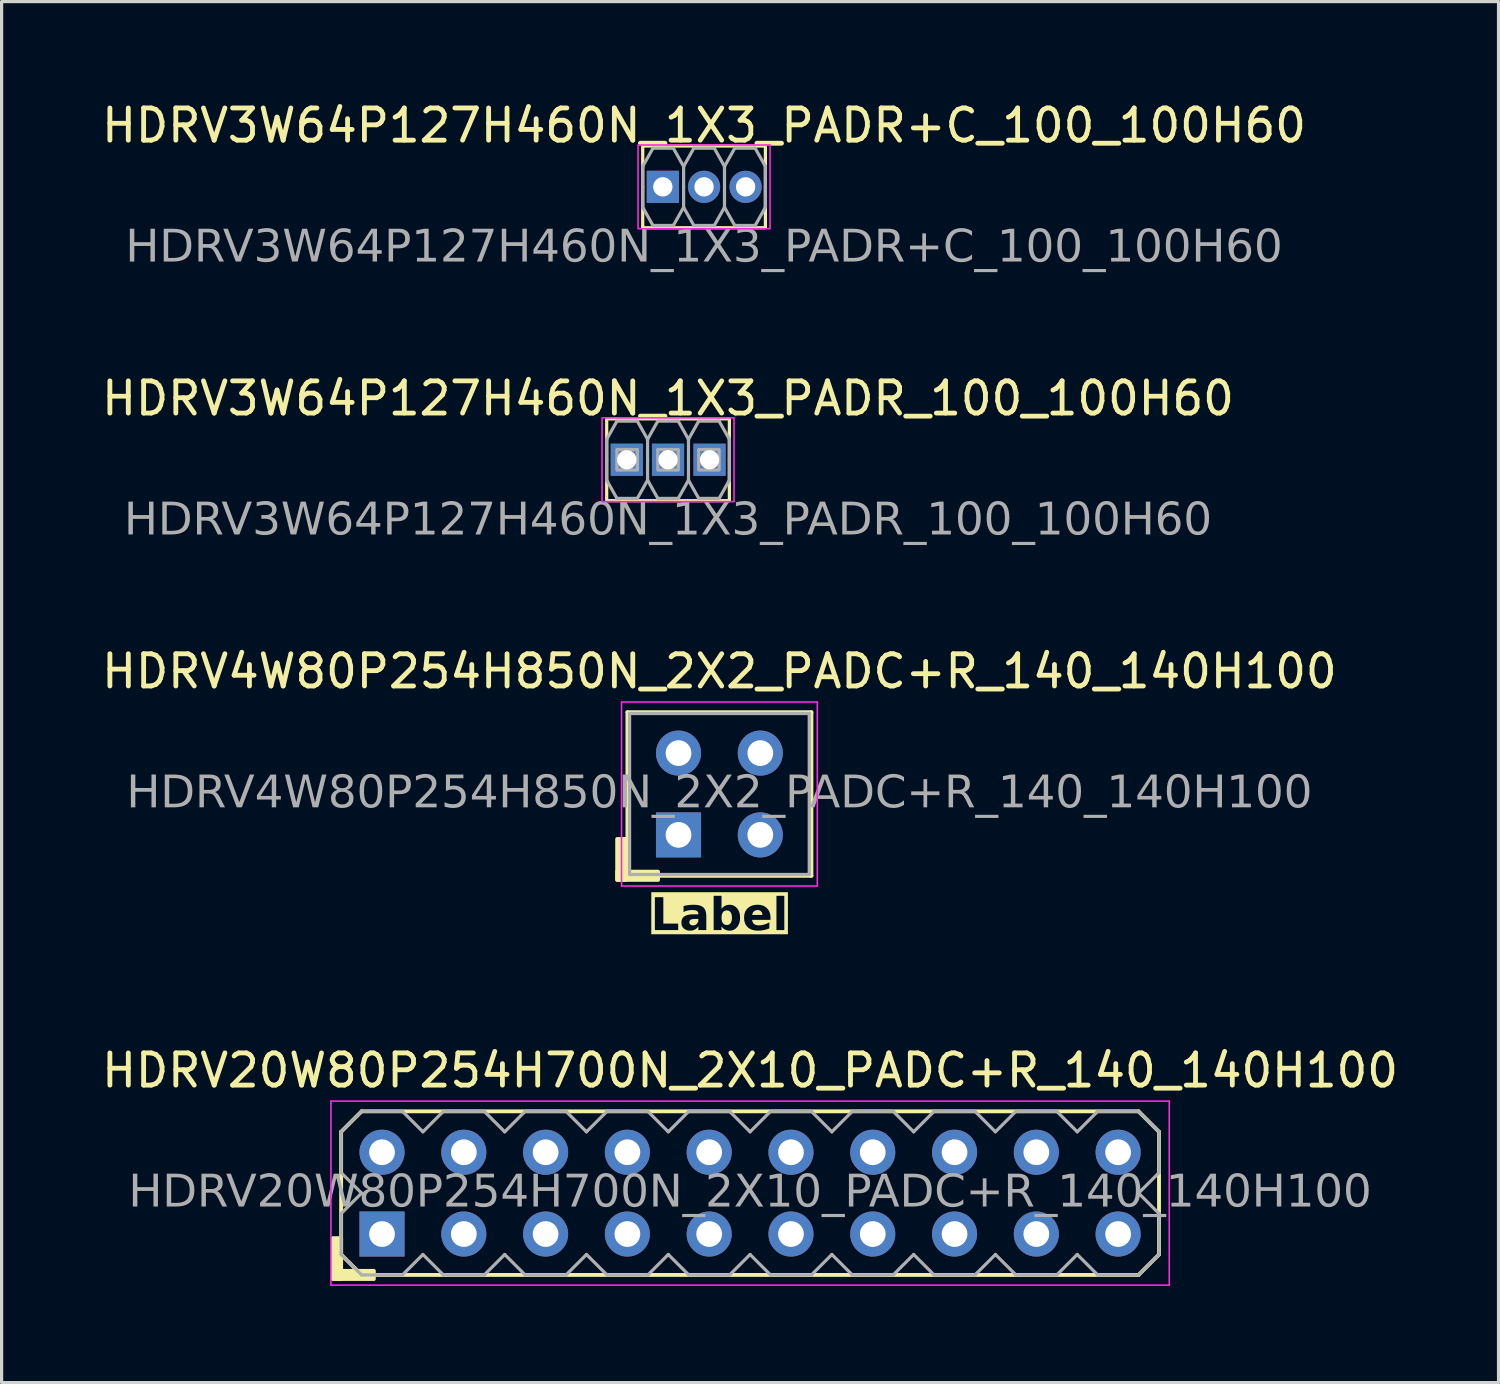
<source format=kicad_pcb>
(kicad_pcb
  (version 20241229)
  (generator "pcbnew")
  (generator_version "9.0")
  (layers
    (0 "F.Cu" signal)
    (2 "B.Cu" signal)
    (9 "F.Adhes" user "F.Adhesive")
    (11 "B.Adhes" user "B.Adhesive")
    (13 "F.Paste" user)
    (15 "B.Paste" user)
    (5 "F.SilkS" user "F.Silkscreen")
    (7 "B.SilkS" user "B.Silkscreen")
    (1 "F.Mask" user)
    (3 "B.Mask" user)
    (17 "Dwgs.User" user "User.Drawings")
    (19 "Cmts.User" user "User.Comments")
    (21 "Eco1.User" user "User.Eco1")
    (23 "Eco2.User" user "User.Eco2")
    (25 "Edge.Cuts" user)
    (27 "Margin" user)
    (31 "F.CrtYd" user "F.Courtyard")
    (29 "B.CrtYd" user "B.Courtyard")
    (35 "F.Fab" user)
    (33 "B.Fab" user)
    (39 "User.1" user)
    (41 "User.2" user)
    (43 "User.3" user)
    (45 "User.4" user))
  (footprint "HDRV3W64P127H460N_1X3_PADR_100_100H60"
    (layer "F.Cu")
    (at 17.696 11.228)
    (property "Reference" "HDRV3W64P127H460N_1X3_PADR_100_100H60" (at 0 -1.905 0) (layer "F.SilkS") (effects (font (size 1 1) (thickness 0.15))))
    (property "Label" "" (at 0 1.905 0) (layer "F.SilkS" knockout) (effects (font (face "Tahoma") (size 1 1) (thickness 0.2) (bold yes))))
    (attr through_hole)
    (fp_rect (start -1.905 -1.27) (end 1.905 1.27) (stroke (width 0.1) (type default)) (fill no) (layer "F.SilkS"))
    (fp_rect (start -2.05 -1.3) (end 2.05 1.3) (stroke (width 0.05) (type default)) (fill no) (layer "F.CrtYd"))
    (fp_line (start -1.905 -0.635) (end -1.905 -0.000001) (stroke (width 0.1) (type default)) (layer "F.Fab"))
    (fp_line (start -1.905 -0.000001) (end -1.905 0.635) (stroke (width 0.1) (type default)) (layer "F.Fab"))
    (fp_line (start -1.587 -1.2) (end -1.905 -0.635) (stroke (width 0.1) (type default)) (layer "F.Fab"))
    (fp_line (start -1.587 1.2) (end -1.905 0.635) (stroke (width 0.1) (type default)) (layer "F.Fab"))
    (fp_line (start -0.953 -1.2) (end -1.587 -1.2) (stroke (width 0.1) (type default)) (layer "F.Fab"))
    (fp_line (start -0.953 -1.2) (end -0.635 -0.635) (stroke (width 0.1) (type default)) (layer "F.Fab"))
    (fp_line (start -0.953 1.2) (end -1.587 1.2) (stroke (width 0.1) (type default)) (layer "F.Fab"))
    (fp_line (start -0.953 1.2) (end -0.635 0.635) (stroke (width 0.1) (type default)) (layer "F.Fab"))
    (fp_line (start -0.635 -0.635) (end -0.635 0) (stroke (width 0.1) (type default)) (layer "F.Fab"))
    (fp_line (start -0.635 0) (end -0.635 0.635) (stroke (width 0.1) (type default)) (layer "F.Fab"))
    (fp_line (start -0.318 -1.2) (end -0.635 -0.635) (stroke (width 0.1) (type default)) (layer "F.Fab"))
    (fp_line (start -0.317 1.2) (end -0.635 0.635) (stroke (width 0.1) (type default)) (layer "F.Fab"))
    (fp_line (start 0.318 -1.2) (end -0.318 -1.2) (stroke (width 0.1) (type default)) (layer "F.Fab"))
    (fp_line (start 0.318 -1.2) (end 0.635 -0.635) (stroke (width 0.1) (type default)) (layer "F.Fab"))
    (fp_line (start 0.318 1.2) (end -0.317 1.2) (stroke (width 0.1) (type default)) (layer "F.Fab"))
    (fp_line (start 0.318 1.2) (end 0.635 0.635) (stroke (width 0.1) (type default)) (layer "F.Fab"))
    (fp_line (start 0.635 0) (end 0.635 -0.635) (stroke (width 0.1) (type default)) (layer "F.Fab"))
    (fp_line (start 0.635 0.635) (end 0.635 0) (stroke (width 0.1) (type default)) (layer "F.Fab"))
    (fp_line (start 0.953 -1.2) (end 0.635 -0.635) (stroke (width 0.1) (type default)) (layer "F.Fab"))
    (fp_line (start 0.953 1.2) (end 0.635 0.635) (stroke (width 0.1) (type default)) (layer "F.Fab"))
    (fp_line (start 1.587 -1.2) (end 0.953 -1.2) (stroke (width 0.1) (type default)) (layer "F.Fab"))
    (fp_line (start 1.587 -1.2) (end 1.905 -0.635) (stroke (width 0.1) (type default)) (layer "F.Fab"))
    (fp_line (start 1.588 1.2) (end 0.953 1.2) (stroke (width 0.1) (type default)) (layer "F.Fab"))
    (fp_line (start 1.588 1.2) (end 1.905 0.635) (stroke (width 0.1) (type default)) (layer "F.Fab"))
    (fp_line (start 1.905 0) (end 1.905 -0.635) (stroke (width 0.1) (type default)) (layer "F.Fab"))
    (fp_line (start 1.905 0.635) (end 1.905 0) (stroke (width 0.1) (type default)) (layer "F.Fab"))
    (fp_rect (start -1.587 -0.318) (end -0.953 0.318) (stroke (width 0.1) (type default)) (fill no) (layer "F.Fab"))
    (fp_rect (start -0.318 -0.318) (end 0.318 0.318) (stroke (width 0.1) (type default)) (fill no) (layer "F.Fab"))
    (fp_rect (start 0.953 -0.318) (end 1.587 0.318) (stroke (width 0.1) (type default)) (fill no) (layer "F.Fab"))
    (fp_text user "${REFERENCE}" (at 0 1.905 0) (layer "F.Fab") (effects (font (face "Tahoma") (size 1 1) (thickness 0.15))))
    (pad "1" thru_hole rect (at -1.28 0.000001 90) (size 1 1) (drill 0.6) (layers "*.Cu" "*.Mask"))
    (pad "2" thru_hole rect (at 0 0 90) (size 1 1) (drill 0.6) (layers "*.Cu" "*.Mask"))
    (pad "3" thru_hole rect (at 1.29 0 90) (size 1 1) (drill 0.6) (layers "*.Cu" "*.Mask")))
  (footprint "HDRV20W80P254H700N_2X10_PADC+R_140_140H100"
    (layer "F.Cu")
    (at 20.244 34.004)
    (property "Reference" "HDRV20W80P254H700N_2X10_PADC+R_140_140H100" (at 0 -3.81 0) (layer "F.SilkS") (effects (font (size 1 1) (thickness 0.15))))
    (attr through_hole)
    (fp_line (start -12.7 -1.905) (end -12.7 1.905) (stroke (width 0.12) (type solid)) (layer "F.SilkS"))
    (fp_line (start -12.7 -1.905) (end -12.065 -2.54) (stroke (width 0.12) (type solid)) (layer "F.SilkS"))
    (fp_line (start -12.7 1.905) (end -12.065 2.54) (stroke (width 0.12) (type solid)) (layer "F.SilkS"))
    (fp_line (start -12.065 2.54) (end 12.065 2.54) (stroke (width 0.12) (type solid)) (layer "F.SilkS"))
    (fp_line (start 12.065 -2.54) (end -12.065 -2.54) (stroke (width 0.12) (type solid)) (layer "F.SilkS"))
    (fp_line (start 12.7 -1.905) (end 12.065 -2.54) (stroke (width 0.12) (type solid)) (layer "F.SilkS"))
    (fp_line (start 12.7 1.905) (end 12.065 2.54) (stroke (width 0.12) (type solid)) (layer "F.SilkS"))
    (fp_line (start 12.7 1.905) (end 12.7 -1.905) (stroke (width 0.12) (type solid)) (layer "F.SilkS"))
    (fp_rect (start -12.7 1.397) (end -12.954 2.667) (stroke (width 0.12) (type solid)) (fill yes) (layer "F.SilkS"))
    (fp_rect (start -11.684 2.667) (end -12.954 2.413) (stroke (width 0.12) (type solid)) (fill yes) (layer "F.SilkS"))
    (fp_line (start -13.018 2.857) (end -13.018 -2.857) (stroke (width 0.05) (type solid)) (layer "F.CrtYd"))
    (fp_line (start 13.018 -2.857) (end -13.018 -2.857) (stroke (width 0.05) (type solid)) (layer "F.CrtYd"))
    (fp_line (start 13.018 2.857) (end -13.018 2.857) (stroke (width 0.05) (type solid)) (layer "F.CrtYd"))
    (fp_line (start 13.018 2.857) (end 13.018 -2.857) (stroke (width 0.05) (type solid)) (layer "F.CrtYd"))
    (fp_line (start -12.7 -1.905) (end -12.7 -0.635) (stroke (width 0.1) (type default)) (layer "F.Fab"))
    (fp_line (start -12.7 -0.635) (end -12.065 0) (stroke (width 0.1) (type default)) (layer "F.Fab"))
    (fp_line (start -12.7 0.635) (end -12.7 1.905) (stroke (width 0.1) (type default)) (layer "F.Fab"))
    (fp_line (start -12.7 1.905) (end -12.065 2.54) (stroke (width 0.1) (type default)) (layer "F.Fab"))
    (fp_line (start -12.065 -2.54) (end -12.7 -1.905) (stroke (width 0.1) (type default)) (layer "F.Fab"))
    (fp_line (start -12.065 0) (end -12.7 0.635) (stroke (width 0.1) (type default)) (layer "F.Fab"))
    (fp_line (start -12.065 2.54) (end -10.795 2.54) (stroke (width 0.1) (type default)) (layer "F.Fab"))
    (fp_line (start -10.795 -2.54) (end -12.065 -2.54) (stroke (width 0.1) (type default)) (layer "F.Fab"))
    (fp_line (start -10.795 2.54) (end -10.16 1.905) (stroke (width 0.1) (type default)) (layer "F.Fab"))
    (fp_line (start -10.16 -1.905) (end -10.795 -2.54) (stroke (width 0.1) (type default)) (layer "F.Fab"))
    (fp_line (start -10.16 1.905) (end -9.525 2.54) (stroke (width 0.1) (type default)) (layer "F.Fab"))
    (fp_line (start -9.525 -2.54) (end -10.16 -1.905) (stroke (width 0.1) (type default)) (layer "F.Fab"))
    (fp_line (start -9.525 2.54) (end -8.255 2.54) (stroke (width 0.1) (type default)) (layer "F.Fab"))
    (fp_line (start -8.255 -2.54) (end -9.525 -2.54) (stroke (width 0.1) (type default)) (layer "F.Fab"))
    (fp_line (start -8.255 2.54) (end -7.62 1.905) (stroke (width 0.1) (type default)) (layer "F.Fab"))
    (fp_line (start -7.62 -1.905) (end -8.255 -2.54) (stroke (width 0.1) (type default)) (layer "F.Fab"))
    (fp_line (start -7.62 1.905) (end -6.985 2.54) (stroke (width 0.1) (type default)) (layer "F.Fab"))
    (fp_line (start -6.985 -2.54) (end -7.62 -1.905) (stroke (width 0.1) (type default)) (layer "F.Fab"))
    (fp_line (start -6.985 2.54) (end -5.715 2.54) (stroke (width 0.1) (type default)) (layer "F.Fab"))
    (fp_line (start -5.715 -2.54) (end -6.985 -2.54) (stroke (width 0.1) (type default)) (layer "F.Fab"))
    (fp_line (start -5.715 2.54) (end -5.08 1.905) (stroke (width 0.1) (type default)) (layer "F.Fab"))
    (fp_line (start -5.08 -1.905) (end -5.715 -2.54) (stroke (width 0.1) (type default)) (layer "F.Fab"))
    (fp_line (start -5.08 1.905) (end -4.445 2.54) (stroke (width 0.1) (type default)) (layer "F.Fab"))
    (fp_line (start -4.445 -2.54) (end -5.08 -1.905) (stroke (width 0.1) (type default)) (layer "F.Fab"))
    (fp_line (start -4.445 2.54) (end -3.175 2.54) (stroke (width 0.1) (type default)) (layer "F.Fab"))
    (fp_line (start -3.175 -2.54) (end -4.445 -2.54) (stroke (width 0.1) (type default)) (layer "F.Fab"))
    (fp_line (start -3.175 2.54) (end -2.54 1.905) (stroke (width 0.1) (type default)) (layer "F.Fab"))
    (fp_line (start -2.54 -1.905) (end -3.175 -2.54) (stroke (width 0.1) (type default)) (layer "F.Fab"))
    (fp_line (start -2.54 1.905) (end -1.905 2.54) (stroke (width 0.1) (type default)) (layer "F.Fab"))
    (fp_line (start -1.905 -2.54) (end -2.54 -1.905) (stroke (width 0.1) (type default)) (layer "F.Fab"))
    (fp_line (start -1.905 2.54) (end -0.635 2.54) (stroke (width 0.1) (type default)) (layer "F.Fab"))
    (fp_line (start -0.635 -2.54) (end -1.905 -2.54) (stroke (width 0.1) (type default)) (layer "F.Fab"))
    (fp_line (start -0.635 2.54) (end 0 1.905) (stroke (width 0.1) (type default)) (layer "F.Fab"))
    (fp_line (start 0 -1.905) (end -0.635 -2.54) (stroke (width 0.1) (type default)) (layer "F.Fab"))
    (fp_line (start 0 1.905) (end 0.635 2.54) (stroke (width 0.1) (type default)) (layer "F.Fab"))
    (fp_line (start 0.635 -2.54) (end 0 -1.905) (stroke (width 0.1) (type default)) (layer "F.Fab"))
    (fp_line (start 0.635 2.54) (end 1.905 2.54) (stroke (width 0.1) (type default)) (layer "F.Fab"))
    (fp_line (start 1.905 -2.54) (end 0.635 -2.54) (stroke (width 0.1) (type default)) (layer "F.Fab"))
    (fp_line (start 1.905 2.54) (end 2.54 1.905) (stroke (width 0.1) (type default)) (layer "F.Fab"))
    (fp_line (start 2.54 -1.905) (end 1.905 -2.54) (stroke (width 0.1) (type default)) (layer "F.Fab"))
    (fp_line (start 2.54 1.905) (end 3.175 2.54) (stroke (width 0.1) (type default)) (layer "F.Fab"))
    (fp_line (start 3.175 -2.54) (end 2.54 -1.905) (stroke (width 0.1) (type default)) (layer "F.Fab"))
    (fp_line (start 3.175 2.54) (end 4.445 2.54) (stroke (width 0.1) (type default)) (layer "F.Fab"))
    (fp_line (start 4.445 -2.54) (end 3.175 -2.54) (stroke (width 0.1) (type default)) (layer "F.Fab"))
    (fp_line (start 4.445 2.54) (end 5.08 1.905) (stroke (width 0.1) (type default)) (layer "F.Fab"))
    (fp_line (start 5.08 -1.905) (end 4.445 -2.54) (stroke (width 0.1) (type default)) (layer "F.Fab"))
    (fp_line (start 5.08 1.905) (end 5.715 2.54) (stroke (width 0.1) (type default)) (layer "F.Fab"))
    (fp_line (start 5.715 -2.54) (end 5.08 -1.905) (stroke (width 0.1) (type default)) (layer "F.Fab"))
    (fp_line (start 5.715 2.54) (end 6.985 2.54) (stroke (width 0.1) (type default)) (layer "F.Fab"))
    (fp_line (start 6.985 -2.54) (end 5.715 -2.54) (stroke (width 0.1) (type default)) (layer "F.Fab"))
    (fp_line (start 6.985 2.54) (end 7.62 1.905) (stroke (width 0.1) (type default)) (layer "F.Fab"))
    (fp_line (start 7.62 -1.905) (end 6.985 -2.54) (stroke (width 0.1) (type default)) (layer "F.Fab"))
    (fp_line (start 7.62 1.905) (end 8.255 2.54) (stroke (width 0.1) (type default)) (layer "F.Fab"))
    (fp_line (start 8.255 -2.54) (end 7.62 -1.905) (stroke (width 0.1) (type default)) (layer "F.Fab"))
    (fp_line (start 8.255 2.54) (end 9.525 2.54) (stroke (width 0.1) (type default)) (layer "F.Fab"))
    (fp_line (start 9.525 -2.54) (end 8.255 -2.54) (stroke (width 0.1) (type default)) (layer "F.Fab"))
    (fp_line (start 9.525 2.54) (end 10.16 1.905) (stroke (width 0.1) (type default)) (layer "F.Fab"))
    (fp_line (start 10.16 -1.905) (end 9.525 -2.54) (stroke (width 0.1) (type default)) (layer "F.Fab"))
    (fp_line (start 10.16 1.905) (end 10.795 2.54) (stroke (width 0.1) (type default)) (layer "F.Fab"))
    (fp_line (start 10.795 -2.54) (end 10.16 -1.905) (stroke (width 0.1) (type default)) (layer "F.Fab"))
    (fp_line (start 10.795 2.54) (end 12.065 2.54) (stroke (width 0.1) (type default)) (layer "F.Fab"))
    (fp_line (start 12.065 -2.54) (end 10.795 -2.54) (stroke (width 0.1) (type default)) (layer "F.Fab"))
    (fp_line (start 12.065 0) (end 12.7 -0.635) (stroke (width 0.1) (type default)) (layer "F.Fab"))
    (fp_line (start 12.065 2.54) (end 12.7 1.905) (stroke (width 0.1) (type default)) (layer "F.Fab"))
    (fp_line (start 12.7 -1.905) (end 12.065 -2.54) (stroke (width 0.1) (type default)) (layer "F.Fab"))
    (fp_line (start 12.7 -0.635) (end 12.7 -1.905) (stroke (width 0.1) (type default)) (layer "F.Fab"))
    (fp_line (start 12.7 0.635) (end 12.065 0) (stroke (width 0.1) (type default)) (layer "F.Fab"))
    (fp_line (start 12.7 1.905) (end 12.7 0.635) (stroke (width 0.1) (type default)) (layer "F.Fab"))
    (fp_text user "${REFERENCE}" (at 0 0 0) (layer "F.Fab") (effects (font (face "Tahoma") (size 1 1) (thickness 0.15))))
    (pad "1" thru_hole rect (at -11.43 1.27) (size 1.4 1.4) (drill 0.8) (layers "*.Cu" "*.Mask"))
    (pad "2" thru_hole circle (at -11.43 -1.27) (size 1.4 1.4) (drill 0.8) (layers "*.Cu" "*.Mask"))
    (pad "3" thru_hole circle (at -8.89 1.27) (size 1.4 1.4) (drill 0.8) (layers "*.Cu" "*.Mask"))
    (pad "4" thru_hole circle (at -8.89 -1.27) (size 1.4 1.4) (drill 0.8) (layers "*.Cu" "*.Mask"))
    (pad "5" thru_hole circle (at -6.35 1.27) (size 1.4 1.4) (drill 0.8) (layers "*.Cu" "*.Mask"))
    (pad "6" thru_hole circle (at -6.35 -1.27) (size 1.4 1.4) (drill 0.8) (layers "*.Cu" "*.Mask"))
    (pad "7" thru_hole circle (at -3.81 1.27) (size 1.4 1.4) (drill 0.8) (layers "*.Cu" "*.Mask"))
    (pad "8" thru_hole circle (at -3.81 -1.27) (size 1.4 1.4) (drill 0.8) (layers "*.Cu" "*.Mask"))
    (pad "9" thru_hole circle (at -1.27 1.27) (size 1.4 1.4) (drill 0.8) (layers "*.Cu" "*.Mask"))
    (pad "10" thru_hole circle (at -1.27 -1.27) (size 1.4 1.4) (drill 0.8) (layers "*.Cu" "*.Mask"))
    (pad "11" thru_hole circle (at 1.27 1.27) (size 1.4 1.4) (drill 0.8) (layers "*.Cu" "*.Mask"))
    (pad "12" thru_hole circle (at 1.27 -1.27) (size 1.4 1.4) (drill 0.8) (layers "*.Cu" "*.Mask"))
    (pad "13" thru_hole circle (at 3.81 1.27) (size 1.4 1.4) (drill 0.8) (layers "*.Cu" "*.Mask"))
    (pad "14" thru_hole circle (at 3.81 -1.27) (size 1.4 1.4) (drill 0.8) (layers "*.Cu" "*.Mask"))
    (pad "15" thru_hole circle (at 6.35 1.27) (size 1.4 1.4) (drill 0.8) (layers "*.Cu" "*.Mask"))
    (pad "16" thru_hole circle (at 6.35 -1.27) (size 1.4 1.4) (drill 0.8) (layers "*.Cu" "*.Mask"))
    (pad "17" thru_hole circle (at 8.89 1.27) (size 1.4 1.4) (drill 0.8) (layers "*.Cu" "*.Mask"))
    (pad "18" thru_hole circle (at 8.89 -1.27) (size 1.4 1.4) (drill 0.8) (layers "*.Cu" "*.Mask"))
    (pad "19" thru_hole circle (at 11.43 1.27) (size 1.4 1.4) (drill 0.8) (layers "*.Cu" "*.Mask"))
    (pad "20" thru_hole circle (at 11.43 -1.27) (size 1.4 1.4) (drill 0.8) (layers "*.Cu" "*.Mask")))
  (footprint "HDRV4W80P254H850N_2X2_PADC+R_140_140H100"
    (layer "F.Cu")
    (at 19.292 21.608)
    (property "Reference" "HDRV4W80P254H850N_2X2_PADC+R_140_140H100" (at 0 -3.81 0) (layer "F.SilkS") (effects (font (size 1 1) (thickness 0.15))))
    (property "Label" "Label" (at 0 3.81 0) (layer "F.SilkS" knockout) (effects (font (face "Tahoma") (size 1 1) (thickness 0.2) (bold yes))))
    (attr through_hole)
    (fp_line (start -2.857 -2.54) (end -2.857 2.54) (stroke (width 0.12) (type solid)) (layer "F.SilkS"))
    (fp_line (start -2.857 2.54) (end 2.857 2.54) (stroke (width 0.12) (type solid)) (layer "F.SilkS"))
    (fp_line (start 2.857 -2.54) (end -2.857 -2.54) (stroke (width 0.12) (type solid)) (layer "F.SilkS"))
    (fp_line (start 2.857 2.54) (end 2.857 -2.54) (stroke (width 0.12) (type solid)) (layer "F.SilkS"))
    (fp_rect (start -2.921 1.397) (end -3.175 2.667) (stroke (width 0.12) (type solid)) (fill yes) (layer "F.SilkS"))
    (fp_rect (start -1.905 2.667) (end -3.175 2.413) (stroke (width 0.12) (type solid)) (fill yes) (layer "F.SilkS"))
    (fp_line (start -3.04 2.857) (end -3.04 -2.857) (stroke (width 0.05) (type solid)) (layer "F.CrtYd"))
    (fp_line (start 3.04 -2.857) (end -3.04 -2.857) (stroke (width 0.05) (type solid)) (layer "F.CrtYd"))
    (fp_line (start 3.04 2.857) (end -3.04 2.857) (stroke (width 0.05) (type solid)) (layer "F.CrtYd"))
    (fp_line (start 3.04 2.857) (end 3.04 -2.857) (stroke (width 0.05) (type solid)) (layer "F.CrtYd"))
    (fp_line (start -2.79 -2.5) (end -2.79 2.5) (stroke (width 0.1) (type default)) (layer "F.Fab"))
    (fp_line (start -2.79 2.5) (end 2.79 2.5) (stroke (width 0.1) (type default)) (layer "F.Fab"))
    (fp_line (start 2.79 -2.5) (end -2.79 -2.5) (stroke (width 0.1) (type default)) (layer "F.Fab"))
    (fp_line (start 2.79 2.5) (end 2.79 -2.5) (stroke (width 0.1) (type default)) (layer "F.Fab"))
    (fp_text user "${REFERENCE}" (at 0 0 0) (layer "F.Fab") (effects (font (face "Tahoma") (size 1 1) (thickness 0.15))))
    (pad "1" thru_hole rect (at -1.27 1.27) (size 1.4 1.4) (drill 0.8) (layers "*.Cu" "*.Mask"))
    (pad "2" thru_hole circle (at -1.27 -1.27) (size 1.4 1.4) (drill 0.8) (layers "*.Cu" "*.Mask"))
    (pad "3" thru_hole circle (at 1.27 1.27) (size 1.4 1.4) (drill 0.8) (layers "*.Cu" "*.Mask"))
    (pad "4" thru_hole circle (at 1.27 -1.27) (size 1.4 1.4) (drill 0.8) (layers "*.Cu" "*.Mask")))
  (footprint "HDRV3W64P127H460N_1X3_PADR+C_100_100H60"
    (layer "F.Cu")
    (at 18.815 2.753)
    (property "Reference" "HDRV3W64P127H460N_1X3_PADR+C_100_100H60" (at 0 -1.905 0) (layer "F.SilkS") (effects (font (size 1 1) (thickness 0.15))))
    (property "Label" "" (at 0 1.905 0) (layer "F.SilkS" knockout) (effects (font (face "Tahoma") (size 1 1) (thickness 0.2) (bold yes))))
    (attr through_hole)
    (fp_rect (start -1.905 -1.27) (end 1.905 1.27) (stroke (width 0.1) (type default)) (fill no) (layer "F.SilkS"))
    (fp_rect (start -2.05 -1.3) (end 2.05 1.3) (stroke (width 0.05) (type default)) (fill no) (layer "F.CrtYd"))
    (fp_line (start -1.905 -0.635) (end -1.905 -0.000001) (stroke (width 0.1) (type default)) (layer "F.Fab"))
    (fp_line (start -1.905 -0.000001) (end -1.905 0.635) (stroke (width 0.1) (type default)) (layer "F.Fab"))
    (fp_line (start -1.587 -1.2) (end -1.905 -0.635) (stroke (width 0.1) (type default)) (layer "F.Fab"))
    (fp_line (start -1.587 1.2) (end -1.905 0.635) (stroke (width 0.1) (type default)) (layer "F.Fab"))
    (fp_line (start -0.953 -1.2) (end -1.587 -1.2) (stroke (width 0.1) (type default)) (layer "F.Fab"))
    (fp_line (start -0.953 -1.2) (end -0.635 -0.635) (stroke (width 0.1) (type default)) (layer "F.Fab"))
    (fp_line (start -0.953 1.2) (end -1.587 1.2) (stroke (width 0.1) (type default)) (layer "F.Fab"))
    (fp_line (start -0.953 1.2) (end -0.635 0.635) (stroke (width 0.1) (type default)) (layer "F.Fab"))
    (fp_line (start -0.635 -0.635) (end -0.635 0) (stroke (width 0.1) (type default)) (layer "F.Fab"))
    (fp_line (start -0.635 0) (end -0.635 0.635) (stroke (width 0.1) (type default)) (layer "F.Fab"))
    (fp_line (start -0.318 -1.2) (end -0.635 -0.635) (stroke (width 0.1) (type default)) (layer "F.Fab"))
    (fp_line (start -0.317 1.2) (end -0.635 0.635) (stroke (width 0.1) (type default)) (layer "F.Fab"))
    (fp_line (start 0.318 -1.2) (end -0.318 -1.2) (stroke (width 0.1) (type default)) (layer "F.Fab"))
    (fp_line (start 0.318 -1.2) (end 0.635 -0.635) (stroke (width 0.1) (type default)) (layer "F.Fab"))
    (fp_line (start 0.318 1.2) (end -0.317 1.2) (stroke (width 0.1) (type default)) (layer "F.Fab"))
    (fp_line (start 0.318 1.2) (end 0.635 0.635) (stroke (width 0.1) (type default)) (layer "F.Fab"))
    (fp_line (start 0.635 0) (end 0.635 -0.635) (stroke (width 0.1) (type default)) (layer "F.Fab"))
    (fp_line (start 0.635 0.635) (end 0.635 0) (stroke (width 0.1) (type default)) (layer "F.Fab"))
    (fp_line (start 0.953 -1.2) (end 0.635 -0.635) (stroke (width 0.1) (type default)) (layer "F.Fab"))
    (fp_line (start 0.953 1.2) (end 0.635 0.635) (stroke (width 0.1) (type default)) (layer "F.Fab"))
    (fp_line (start 1.587 -1.2) (end 0.953 -1.2) (stroke (width 0.1) (type default)) (layer "F.Fab"))
    (fp_line (start 1.587 -1.2) (end 1.905 -0.635) (stroke (width 0.1) (type default)) (layer "F.Fab"))
    (fp_line (start 1.588 1.2) (end 0.953 1.2) (stroke (width 0.1) (type default)) (layer "F.Fab"))
    (fp_line (start 1.588 1.2) (end 1.905 0.635) (stroke (width 0.1) (type default)) (layer "F.Fab"))
    (fp_line (start 1.905 0) (end 1.905 -0.635) (stroke (width 0.1) (type default)) (layer "F.Fab"))
    (fp_line (start 1.905 0.635) (end 1.905 0) (stroke (width 0.1) (type default)) (layer "F.Fab"))
    (fp_text user "${REFERENCE}" (at 0 1.905 0) (layer "F.Fab") (effects (font (face "Tahoma") (size 1 1) (thickness 0.15))))
    (pad "1" thru_hole rect (at -1.28 0.000001 90) (size 1 1) (drill 0.6) (layers "*.Cu" "*.Mask"))
    (pad "2" thru_hole circle (at 0 0 90) (size 1 1) (drill 0.6) (layers "*.Cu" "*.Mask"))
    (pad "3" thru_hole circle (at 1.29 0 90) (size 1 1) (drill 0.6) (layers "*.Cu" "*.Mask")))
  (gr_rect
    (start -3 -3)
    (end 43.488 39.887)
    (stroke (width 0.1) (type default))
    (fill no)
    (layer "Edge.Cuts")))
</source>
